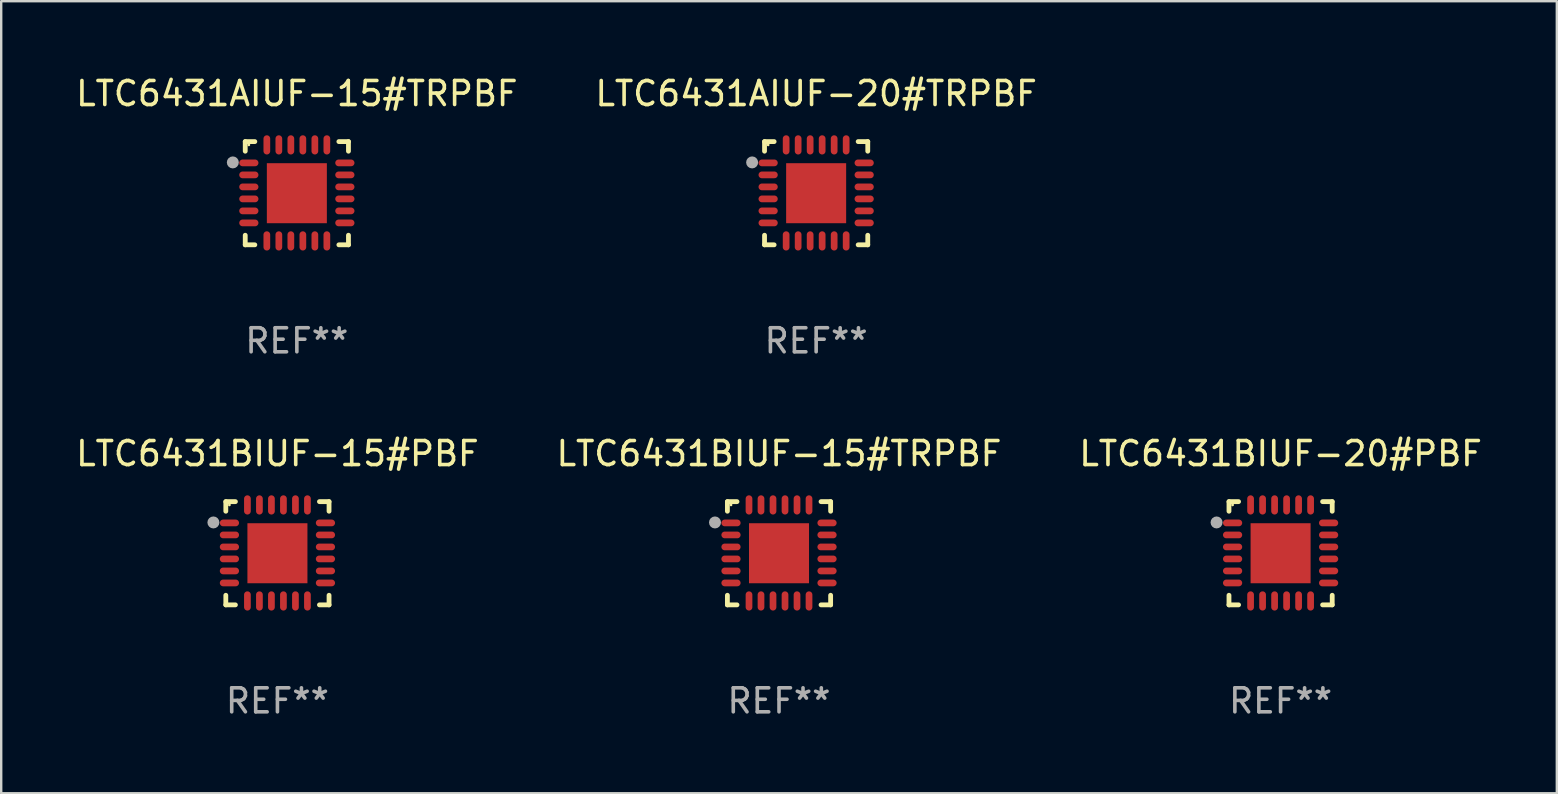
<source format=kicad_pcb>
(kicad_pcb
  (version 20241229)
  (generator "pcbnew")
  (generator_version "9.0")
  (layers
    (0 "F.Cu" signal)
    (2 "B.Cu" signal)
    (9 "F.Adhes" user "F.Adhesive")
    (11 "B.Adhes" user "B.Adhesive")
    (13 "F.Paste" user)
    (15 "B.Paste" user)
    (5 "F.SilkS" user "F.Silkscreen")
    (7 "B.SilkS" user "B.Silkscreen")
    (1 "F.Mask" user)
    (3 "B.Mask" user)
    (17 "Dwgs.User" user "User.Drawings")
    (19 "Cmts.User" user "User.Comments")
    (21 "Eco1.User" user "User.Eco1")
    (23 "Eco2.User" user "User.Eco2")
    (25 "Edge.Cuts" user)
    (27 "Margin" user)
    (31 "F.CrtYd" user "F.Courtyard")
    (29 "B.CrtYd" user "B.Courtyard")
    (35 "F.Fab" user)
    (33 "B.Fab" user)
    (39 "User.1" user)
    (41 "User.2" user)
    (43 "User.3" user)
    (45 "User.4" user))
  (footprint "LTC6431BIUF-20#PBF"
    (layer "F.Cu")
    (at 50.292 19.995)
    (property "Reference" "LTC6431BIUF-20#PBF" (at 0 -4.15 0) (layer "F.SilkS") (effects (font (size 1 1) (thickness 0.15))))
    (attr through_hole)
    (fp_line (start -2.15 -2.15) (end -1.75 -2.15) (stroke (width 0.2) (type solid)) (layer "F.SilkS"))
    (fp_line (start -2.15 -1.75) (end -2.15 -2.15) (stroke (width 0.2) (type solid)) (layer "F.SilkS"))
    (fp_line (start -2.15 2.15) (end -2.15 1.75) (stroke (width 0.2) (type solid)) (layer "F.SilkS"))
    (fp_line (start -1.75 2.15) (end -2.15 2.15) (stroke (width 0.2) (type solid)) (layer "F.SilkS"))
    (fp_line (start 1.75 -2.15) (end 2.15 -2.15) (stroke (width 0.2) (type solid)) (layer "F.SilkS"))
    (fp_line (start 1.75 2.15) (end 2.15 2.15) (stroke (width 0.2) (type solid)) (layer "F.SilkS"))
    (fp_line (start 2.15 -2.15) (end 2.15 -1.75) (stroke (width 0.2) (type solid)) (layer "F.SilkS"))
    (fp_line (start 2.15 2.15) (end 2.15 1.75) (stroke (width 0.2) (type solid)) (layer "F.SilkS"))
    (fp_circle (center -2 -2.013) (end -1.97 -2.013) (stroke (width 0.06) (type solid)) (fill no) (layer "F.SilkS"))
    (fp_circle (center -2.667 -1.283) (end -2.542 -1.283) (stroke (width 0.25) (type solid)) (fill no) (layer "F.Fab"))
    (fp_text user "REF**" (at 0 6.15 0) (layer "F.Fab") (effects (font (size 1 1) (thickness 0.15))))
    (pad "1" smd oval (at -2 -1.263) (size 0.8 0.28) (layers "F.Cu" "F.Mask" "F.Paste"))
    (pad "2" smd oval (at -2 -0.763) (size 0.8 0.28) (layers "F.Cu" "F.Mask" "F.Paste"))
    (pad "3" smd oval (at -2 -0.263) (size 0.8 0.28) (layers "F.Cu" "F.Mask" "F.Paste"))
    (pad "4" smd oval (at -2 0.237) (size 0.8 0.28) (layers "F.Cu" "F.Mask" "F.Paste"))
    (pad "5" smd oval (at -2 0.737) (size 0.8 0.28) (layers "F.Cu" "F.Mask" "F.Paste"))
    (pad "6" smd oval (at -2 1.237) (size 0.8 0.28) (layers "F.Cu" "F.Mask" "F.Paste"))
    (pad "7" smd oval (at -1.25 1.987) (size 0.28 0.8) (layers "F.Cu" "F.Mask" "F.Paste"))
    (pad "8" smd oval (at -0.75 1.987) (size 0.28 0.8) (layers "F.Cu" "F.Mask" "F.Paste"))
    (pad "9" smd oval (at -0.25 1.987) (size 0.28 0.8) (layers "F.Cu" "F.Mask" "F.Paste"))
    (pad "10" smd oval (at 0.25 1.987) (size 0.28 0.8) (layers "F.Cu" "F.Mask" "F.Paste"))
    (pad "11" smd oval (at 0.75 1.987) (size 0.28 0.8) (layers "F.Cu" "F.Mask" "F.Paste"))
    (pad "12" smd oval (at 1.25 1.987) (size 0.28 0.8) (layers "F.Cu" "F.Mask" "F.Paste"))
    (pad "13" smd oval (at 2 1.237) (size 0.8 0.28) (layers "F.Cu" "F.Mask" "F.Paste"))
    (pad "14" smd oval (at 2 0.737) (size 0.8 0.28) (layers "F.Cu" "F.Mask" "F.Paste"))
    (pad "15" smd oval (at 2 0.237) (size 0.8 0.28) (layers "F.Cu" "F.Mask" "F.Paste"))
    (pad "16" smd oval (at 2 -0.263) (size 0.8 0.28) (layers "F.Cu" "F.Mask" "F.Paste"))
    (pad "17" smd oval (at 2 -0.763) (size 0.8 0.28) (layers "F.Cu" "F.Mask" "F.Paste"))
    (pad "18" smd oval (at 2 -1.263) (size 0.8 0.28) (layers "F.Cu" "F.Mask" "F.Paste"))
    (pad "19" smd oval (at 1.25 -2.013) (size 0.28 0.8) (layers "F.Cu" "F.Mask" "F.Paste"))
    (pad "20" smd oval (at 0.75 -2.013) (size 0.28 0.8) (layers "F.Cu" "F.Mask" "F.Paste"))
    (pad "21" smd oval (at 0.25 -2.013) (size 0.28 0.8) (layers "F.Cu" "F.Mask" "F.Paste"))
    (pad "22" smd oval (at -0.25 -2.013) (size 0.28 0.8) (layers "F.Cu" "F.Mask" "F.Paste"))
    (pad "23" smd oval (at -0.75 -2.013) (size 0.28 0.8) (layers "F.Cu" "F.Mask" "F.Paste"))
    (pad "24" smd oval (at -1.25 -2.013) (size 0.28 0.8) (layers "F.Cu" "F.Mask" "F.Paste"))
    (pad "25" smd rect (at -0.000127 -0.00014) (size 2.5 2.5) (layers "F.Cu" "F.Mask" "F.Paste")))
  (footprint "LTC6431AIUF-20#TRPBF"
    (layer "F.Cu")
    (at 30.946 4.998)
    (property "Reference" "LTC6431AIUF-20#TRPBF" (at 0 -4.15 0) (layer "F.SilkS") (effects (font (size 1 1) (thickness 0.15))))
    (attr through_hole)
    (fp_line (start -2.15 -2.15) (end -1.75 -2.15) (stroke (width 0.2) (type solid)) (layer "F.SilkS"))
    (fp_line (start -2.15 -1.75) (end -2.15 -2.15) (stroke (width 0.2) (type solid)) (layer "F.SilkS"))
    (fp_line (start -2.15 2.15) (end -2.15 1.75) (stroke (width 0.2) (type solid)) (layer "F.SilkS"))
    (fp_line (start -1.75 2.15) (end -2.15 2.15) (stroke (width 0.2) (type solid)) (layer "F.SilkS"))
    (fp_line (start 1.75 -2.15) (end 2.15 -2.15) (stroke (width 0.2) (type solid)) (layer "F.SilkS"))
    (fp_line (start 1.75 2.15) (end 2.15 2.15) (stroke (width 0.2) (type solid)) (layer "F.SilkS"))
    (fp_line (start 2.15 -2.15) (end 2.15 -1.75) (stroke (width 0.2) (type solid)) (layer "F.SilkS"))
    (fp_line (start 2.15 2.15) (end 2.15 1.75) (stroke (width 0.2) (type solid)) (layer "F.SilkS"))
    (fp_circle (center -2 -2.013) (end -1.97 -2.013) (stroke (width 0.06) (type solid)) (fill no) (layer "F.SilkS"))
    (fp_circle (center -2.667 -1.283) (end -2.542 -1.283) (stroke (width 0.25) (type solid)) (fill no) (layer "F.Fab"))
    (fp_text user "REF**" (at 0 6.15 0) (layer "F.Fab") (effects (font (size 1 1) (thickness 0.15))))
    (pad "1" smd oval (at -2 -1.263) (size 0.8 0.28) (layers "F.Cu" "F.Mask" "F.Paste"))
    (pad "2" smd oval (at -2 -0.763) (size 0.8 0.28) (layers "F.Cu" "F.Mask" "F.Paste"))
    (pad "3" smd oval (at -2 -0.263) (size 0.8 0.28) (layers "F.Cu" "F.Mask" "F.Paste"))
    (pad "4" smd oval (at -2 0.237) (size 0.8 0.28) (layers "F.Cu" "F.Mask" "F.Paste"))
    (pad "5" smd oval (at -2 0.737) (size 0.8 0.28) (layers "F.Cu" "F.Mask" "F.Paste"))
    (pad "6" smd oval (at -2 1.237) (size 0.8 0.28) (layers "F.Cu" "F.Mask" "F.Paste"))
    (pad "7" smd oval (at -1.25 1.987) (size 0.28 0.8) (layers "F.Cu" "F.Mask" "F.Paste"))
    (pad "8" smd oval (at -0.75 1.987) (size 0.28 0.8) (layers "F.Cu" "F.Mask" "F.Paste"))
    (pad "9" smd oval (at -0.25 1.987) (size 0.28 0.8) (layers "F.Cu" "F.Mask" "F.Paste"))
    (pad "10" smd oval (at 0.25 1.987) (size 0.28 0.8) (layers "F.Cu" "F.Mask" "F.Paste"))
    (pad "11" smd oval (at 0.75 1.987) (size 0.28 0.8) (layers "F.Cu" "F.Mask" "F.Paste"))
    (pad "12" smd oval (at 1.25 1.987) (size 0.28 0.8) (layers "F.Cu" "F.Mask" "F.Paste"))
    (pad "13" smd oval (at 2 1.237) (size 0.8 0.28) (layers "F.Cu" "F.Mask" "F.Paste"))
    (pad "14" smd oval (at 2 0.737) (size 0.8 0.28) (layers "F.Cu" "F.Mask" "F.Paste"))
    (pad "15" smd oval (at 2 0.237) (size 0.8 0.28) (layers "F.Cu" "F.Mask" "F.Paste"))
    (pad "16" smd oval (at 2 -0.263) (size 0.8 0.28) (layers "F.Cu" "F.Mask" "F.Paste"))
    (pad "17" smd oval (at 2 -0.763) (size 0.8 0.28) (layers "F.Cu" "F.Mask" "F.Paste"))
    (pad "18" smd oval (at 2 -1.263) (size 0.8 0.28) (layers "F.Cu" "F.Mask" "F.Paste"))
    (pad "19" smd oval (at 1.25 -2.013) (size 0.28 0.8) (layers "F.Cu" "F.Mask" "F.Paste"))
    (pad "20" smd oval (at 0.75 -2.013) (size 0.28 0.8) (layers "F.Cu" "F.Mask" "F.Paste"))
    (pad "21" smd oval (at 0.25 -2.013) (size 0.28 0.8) (layers "F.Cu" "F.Mask" "F.Paste"))
    (pad "22" smd oval (at -0.25 -2.013) (size 0.28 0.8) (layers "F.Cu" "F.Mask" "F.Paste"))
    (pad "23" smd oval (at -0.75 -2.013) (size 0.28 0.8) (layers "F.Cu" "F.Mask" "F.Paste"))
    (pad "24" smd oval (at -1.25 -2.013) (size 0.28 0.8) (layers "F.Cu" "F.Mask" "F.Paste"))
    (pad "25" smd rect (at -0.000127 -0.00014) (size 2.5 2.5) (layers "F.Cu" "F.Mask" "F.Paste")))
  (footprint "LTC6431BIUF-15#PBF"
    (layer "F.Cu")
    (at 8.506 19.995)
    (property "Reference" "LTC6431BIUF-15#PBF" (at 0 -4.15 0) (layer "F.SilkS") (effects (font (size 1 1) (thickness 0.15))))
    (attr through_hole)
    (fp_line (start -2.15 -2.15) (end -1.75 -2.15) (stroke (width 0.2) (type solid)) (layer "F.SilkS"))
    (fp_line (start -2.15 -1.75) (end -2.15 -2.15) (stroke (width 0.2) (type solid)) (layer "F.SilkS"))
    (fp_line (start -2.15 2.15) (end -2.15 1.75) (stroke (width 0.2) (type solid)) (layer "F.SilkS"))
    (fp_line (start -1.75 2.15) (end -2.15 2.15) (stroke (width 0.2) (type solid)) (layer "F.SilkS"))
    (fp_line (start 1.75 -2.15) (end 2.15 -2.15) (stroke (width 0.2) (type solid)) (layer "F.SilkS"))
    (fp_line (start 1.75 2.15) (end 2.15 2.15) (stroke (width 0.2) (type solid)) (layer "F.SilkS"))
    (fp_line (start 2.15 -2.15) (end 2.15 -1.75) (stroke (width 0.2) (type solid)) (layer "F.SilkS"))
    (fp_line (start 2.15 2.15) (end 2.15 1.75) (stroke (width 0.2) (type solid)) (layer "F.SilkS"))
    (fp_circle (center -2 -2.013) (end -1.97 -2.013) (stroke (width 0.06) (type solid)) (fill no) (layer "F.SilkS"))
    (fp_circle (center -2.667 -1.283) (end -2.542 -1.283) (stroke (width 0.25) (type solid)) (fill no) (layer "F.Fab"))
    (fp_text user "REF**" (at 0 6.15 0) (layer "F.Fab") (effects (font (size 1 1) (thickness 0.15))))
    (pad "1" smd oval (at -2 -1.263) (size 0.8 0.28) (layers "F.Cu" "F.Mask" "F.Paste"))
    (pad "2" smd oval (at -2 -0.763) (size 0.8 0.28) (layers "F.Cu" "F.Mask" "F.Paste"))
    (pad "3" smd oval (at -2 -0.263) (size 0.8 0.28) (layers "F.Cu" "F.Mask" "F.Paste"))
    (pad "4" smd oval (at -2 0.237) (size 0.8 0.28) (layers "F.Cu" "F.Mask" "F.Paste"))
    (pad "5" smd oval (at -2 0.737) (size 0.8 0.28) (layers "F.Cu" "F.Mask" "F.Paste"))
    (pad "6" smd oval (at -2 1.237) (size 0.8 0.28) (layers "F.Cu" "F.Mask" "F.Paste"))
    (pad "7" smd oval (at -1.25 1.987) (size 0.28 0.8) (layers "F.Cu" "F.Mask" "F.Paste"))
    (pad "8" smd oval (at -0.75 1.987) (size 0.28 0.8) (layers "F.Cu" "F.Mask" "F.Paste"))
    (pad "9" smd oval (at -0.25 1.987) (size 0.28 0.8) (layers "F.Cu" "F.Mask" "F.Paste"))
    (pad "10" smd oval (at 0.25 1.987) (size 0.28 0.8) (layers "F.Cu" "F.Mask" "F.Paste"))
    (pad "11" smd oval (at 0.75 1.987) (size 0.28 0.8) (layers "F.Cu" "F.Mask" "F.Paste"))
    (pad "12" smd oval (at 1.25 1.987) (size 0.28 0.8) (layers "F.Cu" "F.Mask" "F.Paste"))
    (pad "13" smd oval (at 2 1.237) (size 0.8 0.28) (layers "F.Cu" "F.Mask" "F.Paste"))
    (pad "14" smd oval (at 2 0.737) (size 0.8 0.28) (layers "F.Cu" "F.Mask" "F.Paste"))
    (pad "15" smd oval (at 2 0.237) (size 0.8 0.28) (layers "F.Cu" "F.Mask" "F.Paste"))
    (pad "16" smd oval (at 2 -0.263) (size 0.8 0.28) (layers "F.Cu" "F.Mask" "F.Paste"))
    (pad "17" smd oval (at 2 -0.763) (size 0.8 0.28) (layers "F.Cu" "F.Mask" "F.Paste"))
    (pad "18" smd oval (at 2 -1.263) (size 0.8 0.28) (layers "F.Cu" "F.Mask" "F.Paste"))
    (pad "19" smd oval (at 1.25 -2.013) (size 0.28 0.8) (layers "F.Cu" "F.Mask" "F.Paste"))
    (pad "20" smd oval (at 0.75 -2.013) (size 0.28 0.8) (layers "F.Cu" "F.Mask" "F.Paste"))
    (pad "21" smd oval (at 0.25 -2.013) (size 0.28 0.8) (layers "F.Cu" "F.Mask" "F.Paste"))
    (pad "22" smd oval (at -0.25 -2.013) (size 0.28 0.8) (layers "F.Cu" "F.Mask" "F.Paste"))
    (pad "23" smd oval (at -0.75 -2.013) (size 0.28 0.8) (layers "F.Cu" "F.Mask" "F.Paste"))
    (pad "24" smd oval (at -1.25 -2.013) (size 0.28 0.8) (layers "F.Cu" "F.Mask" "F.Paste"))
    (pad "25" smd rect (at -0.000127 -0.00014) (size 2.5 2.5) (layers "F.Cu" "F.Mask" "F.Paste")))
  (footprint "LTC6431AIUF-15#TRPBF"
    (layer "F.Cu")
    (at 9.315 4.998)
    (property "Reference" "LTC6431AIUF-15#TRPBF" (at 0 -4.15 0) (layer "F.SilkS") (effects (font (size 1 1) (thickness 0.15))))
    (attr through_hole)
    (fp_line (start -2.15 -2.15) (end -1.75 -2.15) (stroke (width 0.2) (type solid)) (layer "F.SilkS"))
    (fp_line (start -2.15 -1.75) (end -2.15 -2.15) (stroke (width 0.2) (type solid)) (layer "F.SilkS"))
    (fp_line (start -2.15 2.15) (end -2.15 1.75) (stroke (width 0.2) (type solid)) (layer "F.SilkS"))
    (fp_line (start -1.75 2.15) (end -2.15 2.15) (stroke (width 0.2) (type solid)) (layer "F.SilkS"))
    (fp_line (start 1.75 -2.15) (end 2.15 -2.15) (stroke (width 0.2) (type solid)) (layer "F.SilkS"))
    (fp_line (start 1.75 2.15) (end 2.15 2.15) (stroke (width 0.2) (type solid)) (layer "F.SilkS"))
    (fp_line (start 2.15 -2.15) (end 2.15 -1.75) (stroke (width 0.2) (type solid)) (layer "F.SilkS"))
    (fp_line (start 2.15 2.15) (end 2.15 1.75) (stroke (width 0.2) (type solid)) (layer "F.SilkS"))
    (fp_circle (center -2 -2.013) (end -1.97 -2.013) (stroke (width 0.06) (type solid)) (fill no) (layer "F.SilkS"))
    (fp_circle (center -2.667 -1.283) (end -2.542 -1.283) (stroke (width 0.25) (type solid)) (fill no) (layer "F.Fab"))
    (fp_text user "REF**" (at 0 6.15 0) (layer "F.Fab") (effects (font (size 1 1) (thickness 0.15))))
    (pad "1" smd oval (at -2 -1.263) (size 0.8 0.28) (layers "F.Cu" "F.Mask" "F.Paste"))
    (pad "2" smd oval (at -2 -0.763) (size 0.8 0.28) (layers "F.Cu" "F.Mask" "F.Paste"))
    (pad "3" smd oval (at -2 -0.263) (size 0.8 0.28) (layers "F.Cu" "F.Mask" "F.Paste"))
    (pad "4" smd oval (at -2 0.237) (size 0.8 0.28) (layers "F.Cu" "F.Mask" "F.Paste"))
    (pad "5" smd oval (at -2 0.737) (size 0.8 0.28) (layers "F.Cu" "F.Mask" "F.Paste"))
    (pad "6" smd oval (at -2 1.237) (size 0.8 0.28) (layers "F.Cu" "F.Mask" "F.Paste"))
    (pad "7" smd oval (at -1.25 1.987) (size 0.28 0.8) (layers "F.Cu" "F.Mask" "F.Paste"))
    (pad "8" smd oval (at -0.75 1.987) (size 0.28 0.8) (layers "F.Cu" "F.Mask" "F.Paste"))
    (pad "9" smd oval (at -0.25 1.987) (size 0.28 0.8) (layers "F.Cu" "F.Mask" "F.Paste"))
    (pad "10" smd oval (at 0.25 1.987) (size 0.28 0.8) (layers "F.Cu" "F.Mask" "F.Paste"))
    (pad "11" smd oval (at 0.75 1.987) (size 0.28 0.8) (layers "F.Cu" "F.Mask" "F.Paste"))
    (pad "12" smd oval (at 1.25 1.987) (size 0.28 0.8) (layers "F.Cu" "F.Mask" "F.Paste"))
    (pad "13" smd oval (at 2 1.237) (size 0.8 0.28) (layers "F.Cu" "F.Mask" "F.Paste"))
    (pad "14" smd oval (at 2 0.737) (size 0.8 0.28) (layers "F.Cu" "F.Mask" "F.Paste"))
    (pad "15" smd oval (at 2 0.237) (size 0.8 0.28) (layers "F.Cu" "F.Mask" "F.Paste"))
    (pad "16" smd oval (at 2 -0.263) (size 0.8 0.28) (layers "F.Cu" "F.Mask" "F.Paste"))
    (pad "17" smd oval (at 2 -0.763) (size 0.8 0.28) (layers "F.Cu" "F.Mask" "F.Paste"))
    (pad "18" smd oval (at 2 -1.263) (size 0.8 0.28) (layers "F.Cu" "F.Mask" "F.Paste"))
    (pad "19" smd oval (at 1.25 -2.013) (size 0.28 0.8) (layers "F.Cu" "F.Mask" "F.Paste"))
    (pad "20" smd oval (at 0.75 -2.013) (size 0.28 0.8) (layers "F.Cu" "F.Mask" "F.Paste"))
    (pad "21" smd oval (at 0.25 -2.013) (size 0.28 0.8) (layers "F.Cu" "F.Mask" "F.Paste"))
    (pad "22" smd oval (at -0.25 -2.013) (size 0.28 0.8) (layers "F.Cu" "F.Mask" "F.Paste"))
    (pad "23" smd oval (at -0.75 -2.013) (size 0.28 0.8) (layers "F.Cu" "F.Mask" "F.Paste"))
    (pad "24" smd oval (at -1.25 -2.013) (size 0.28 0.8) (layers "F.Cu" "F.Mask" "F.Paste"))
    (pad "25" smd rect (at -0.000127 -0.00014) (size 2.5 2.5) (layers "F.Cu" "F.Mask" "F.Paste")))
  (footprint "LTC6431BIUF-15#TRPBF"
    (layer "F.Cu")
    (at 29.399 19.995)
    (property "Reference" "LTC6431BIUF-15#TRPBF" (at 0 -4.15 0) (layer "F.SilkS") (effects (font (size 1 1) (thickness 0.15))))
    (attr through_hole)
    (fp_line (start -2.15 -2.15) (end -1.75 -2.15) (stroke (width 0.2) (type solid)) (layer "F.SilkS"))
    (fp_line (start -2.15 -1.75) (end -2.15 -2.15) (stroke (width 0.2) (type solid)) (layer "F.SilkS"))
    (fp_line (start -2.15 2.15) (end -2.15 1.75) (stroke (width 0.2) (type solid)) (layer "F.SilkS"))
    (fp_line (start -1.75 2.15) (end -2.15 2.15) (stroke (width 0.2) (type solid)) (layer "F.SilkS"))
    (fp_line (start 1.75 -2.15) (end 2.15 -2.15) (stroke (width 0.2) (type solid)) (layer "F.SilkS"))
    (fp_line (start 1.75 2.15) (end 2.15 2.15) (stroke (width 0.2) (type solid)) (layer "F.SilkS"))
    (fp_line (start 2.15 -2.15) (end 2.15 -1.75) (stroke (width 0.2) (type solid)) (layer "F.SilkS"))
    (fp_line (start 2.15 2.15) (end 2.15 1.75) (stroke (width 0.2) (type solid)) (layer "F.SilkS"))
    (fp_circle (center -2 -2.013) (end -1.97 -2.013) (stroke (width 0.06) (type solid)) (fill no) (layer "F.SilkS"))
    (fp_circle (center -2.667 -1.283) (end -2.542 -1.283) (stroke (width 0.25) (type solid)) (fill no) (layer "F.Fab"))
    (fp_text user "REF**" (at 0 6.15 0) (layer "F.Fab") (effects (font (size 1 1) (thickness 0.15))))
    (pad "1" smd oval (at -2 -1.263) (size 0.8 0.28) (layers "F.Cu" "F.Mask" "F.Paste"))
    (pad "2" smd oval (at -2 -0.763) (size 0.8 0.28) (layers "F.Cu" "F.Mask" "F.Paste"))
    (pad "3" smd oval (at -2 -0.263) (size 0.8 0.28) (layers "F.Cu" "F.Mask" "F.Paste"))
    (pad "4" smd oval (at -2 0.237) (size 0.8 0.28) (layers "F.Cu" "F.Mask" "F.Paste"))
    (pad "5" smd oval (at -2 0.737) (size 0.8 0.28) (layers "F.Cu" "F.Mask" "F.Paste"))
    (pad "6" smd oval (at -2 1.237) (size 0.8 0.28) (layers "F.Cu" "F.Mask" "F.Paste"))
    (pad "7" smd oval (at -1.25 1.987) (size 0.28 0.8) (layers "F.Cu" "F.Mask" "F.Paste"))
    (pad "8" smd oval (at -0.75 1.987) (size 0.28 0.8) (layers "F.Cu" "F.Mask" "F.Paste"))
    (pad "9" smd oval (at -0.25 1.987) (size 0.28 0.8) (layers "F.Cu" "F.Mask" "F.Paste"))
    (pad "10" smd oval (at 0.25 1.987) (size 0.28 0.8) (layers "F.Cu" "F.Mask" "F.Paste"))
    (pad "11" smd oval (at 0.75 1.987) (size 0.28 0.8) (layers "F.Cu" "F.Mask" "F.Paste"))
    (pad "12" smd oval (at 1.25 1.987) (size 0.28 0.8) (layers "F.Cu" "F.Mask" "F.Paste"))
    (pad "13" smd oval (at 2 1.237) (size 0.8 0.28) (layers "F.Cu" "F.Mask" "F.Paste"))
    (pad "14" smd oval (at 2 0.737) (size 0.8 0.28) (layers "F.Cu" "F.Mask" "F.Paste"))
    (pad "15" smd oval (at 2 0.237) (size 0.8 0.28) (layers "F.Cu" "F.Mask" "F.Paste"))
    (pad "16" smd oval (at 2 -0.263) (size 0.8 0.28) (layers "F.Cu" "F.Mask" "F.Paste"))
    (pad "17" smd oval (at 2 -0.763) (size 0.8 0.28) (layers "F.Cu" "F.Mask" "F.Paste"))
    (pad "18" smd oval (at 2 -1.263) (size 0.8 0.28) (layers "F.Cu" "F.Mask" "F.Paste"))
    (pad "19" smd oval (at 1.25 -2.013) (size 0.28 0.8) (layers "F.Cu" "F.Mask" "F.Paste"))
    (pad "20" smd oval (at 0.75 -2.013) (size 0.28 0.8) (layers "F.Cu" "F.Mask" "F.Paste"))
    (pad "21" smd oval (at 0.25 -2.013) (size 0.28 0.8) (layers "F.Cu" "F.Mask" "F.Paste"))
    (pad "22" smd oval (at -0.25 -2.013) (size 0.28 0.8) (layers "F.Cu" "F.Mask" "F.Paste"))
    (pad "23" smd oval (at -0.75 -2.013) (size 0.28 0.8) (layers "F.Cu" "F.Mask" "F.Paste"))
    (pad "24" smd oval (at -1.25 -2.013) (size 0.28 0.8) (layers "F.Cu" "F.Mask" "F.Paste"))
    (pad "25" smd rect (at -0.000127 -0.00014) (size 2.5 2.5) (layers "F.Cu" "F.Mask" "F.Paste")))
  (gr_rect
    (start -3 -3)
    (end 61.798 29.993)
    (stroke (width 0.1) (type default))
    (fill no)
    (layer "Edge.Cuts")))
</source>
